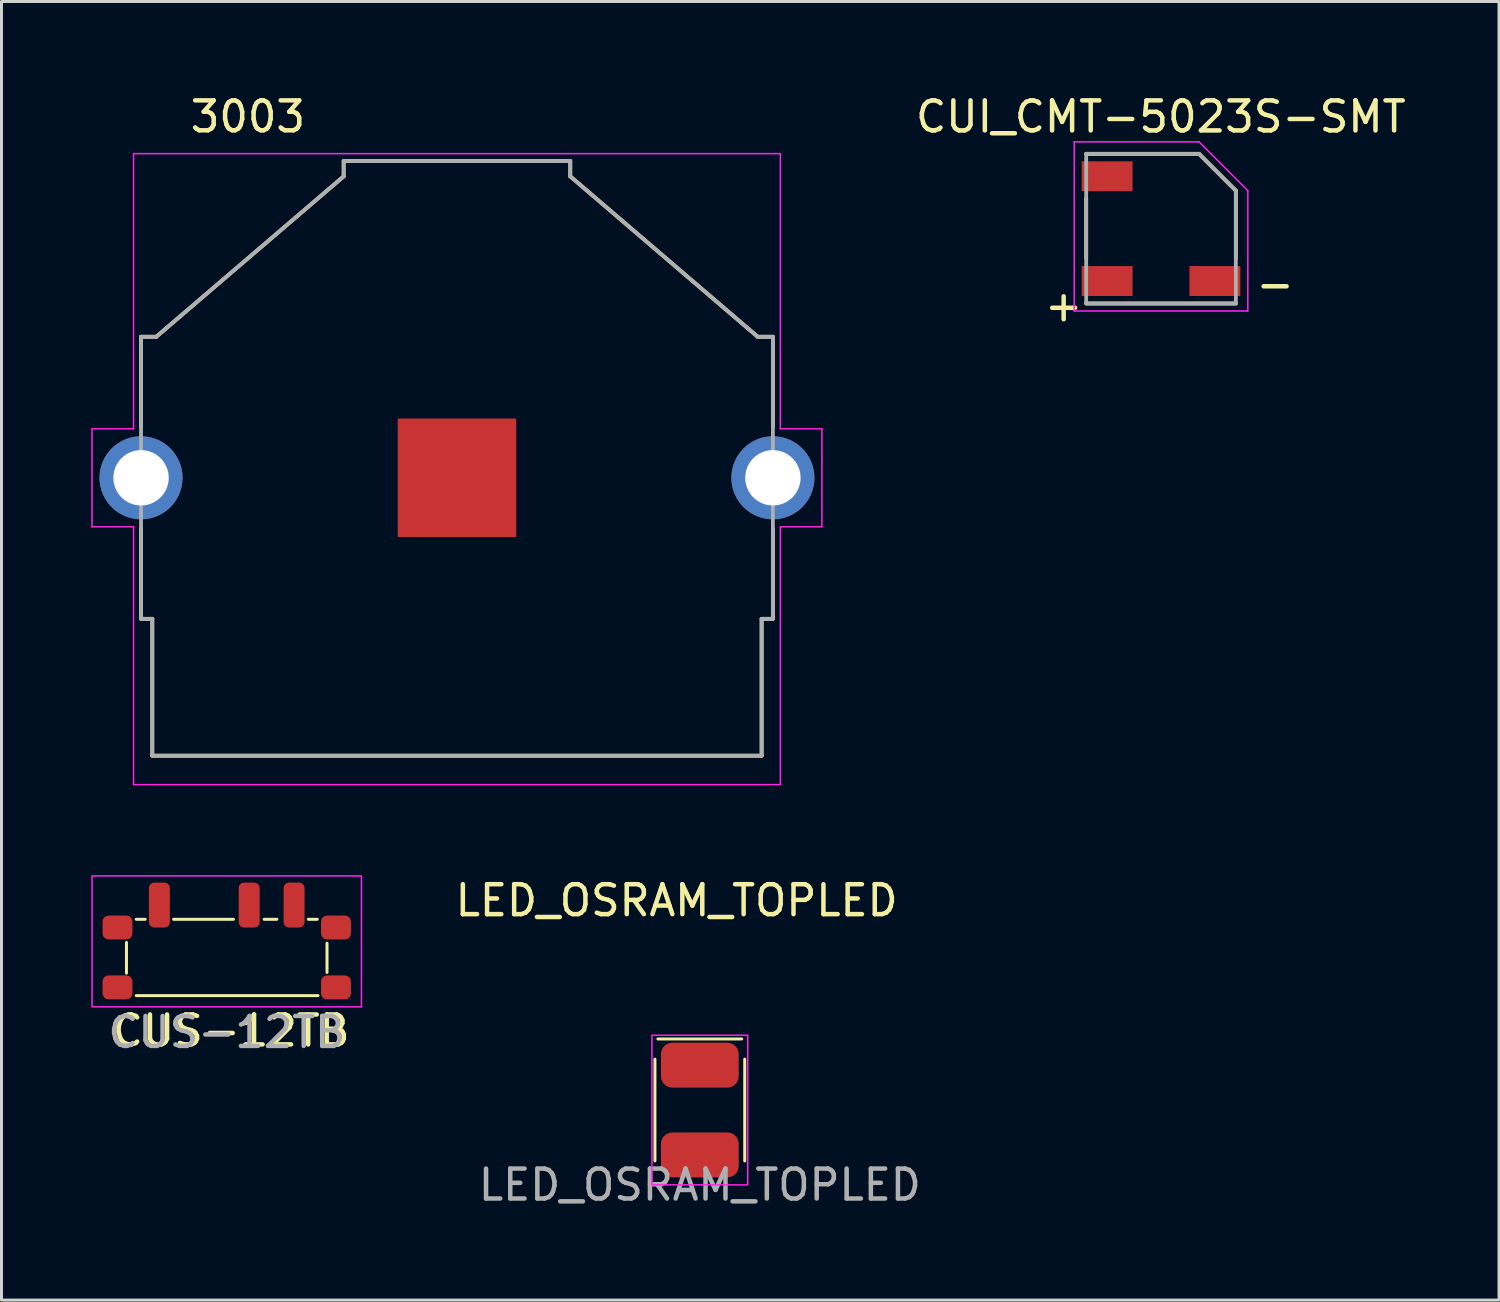
<source format=kicad_pcb>
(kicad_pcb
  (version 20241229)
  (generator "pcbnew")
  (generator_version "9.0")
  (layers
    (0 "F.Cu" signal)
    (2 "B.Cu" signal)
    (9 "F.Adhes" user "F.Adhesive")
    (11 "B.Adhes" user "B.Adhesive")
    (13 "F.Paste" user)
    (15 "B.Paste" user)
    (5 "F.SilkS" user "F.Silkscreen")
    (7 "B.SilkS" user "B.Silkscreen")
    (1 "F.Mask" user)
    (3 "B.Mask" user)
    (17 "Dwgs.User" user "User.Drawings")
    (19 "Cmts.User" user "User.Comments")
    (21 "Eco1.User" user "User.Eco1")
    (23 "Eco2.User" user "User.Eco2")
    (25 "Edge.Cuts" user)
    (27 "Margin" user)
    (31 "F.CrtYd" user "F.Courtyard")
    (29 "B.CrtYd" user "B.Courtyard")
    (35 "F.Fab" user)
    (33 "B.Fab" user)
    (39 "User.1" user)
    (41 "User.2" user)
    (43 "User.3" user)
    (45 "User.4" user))
  (footprint "3003"
    (layer "F.Cu")
    (at 12.217 12.913)
    (property "Reference" "3003" (at -6.985 -12.065 0) (layer "F.SilkS") (effects (font (size 1 1) (thickness 0.15))))
    (attr through_hole)
    (fp_line (start -10.555 -4.712) (end -10.046 -4.712) (stroke (width 0.127) (type solid)) (layer "F.SilkS"))
    (fp_line (start -10.555 -1.701) (end -10.555 -4.712) (stroke (width 0.127) (type solid)) (layer "F.SilkS"))
    (fp_line (start -10.555 4.712) (end -10.555 1.701) (stroke (width 0.127) (type solid)) (layer "F.SilkS"))
    (fp_line (start -10.179 4.712) (end -10.555 4.712) (stroke (width 0.127) (type solid)) (layer "F.SilkS"))
    (fp_line (start -10.179 9.284) (end -10.179 4.712) (stroke (width 0.127) (type solid)) (layer "F.SilkS"))
    (fp_line (start -10.046 -4.712) (end -3.785 -10.071) (stroke (width 0.127) (type solid)) (layer "F.SilkS"))
    (fp_line (start -3.785 -10.58) (end 3.785 -10.58) (stroke (width 0.127) (type solid)) (layer "F.SilkS"))
    (fp_line (start -3.785 -10.071) (end -3.785 -10.58) (stroke (width 0.127) (type solid)) (layer "F.SilkS"))
    (fp_line (start 3.785 -10.58) (end 3.785 -10.071) (stroke (width 0.127) (type solid)) (layer "F.SilkS"))
    (fp_line (start 3.785 -10.071) (end 10.046 -4.712) (stroke (width 0.127) (type solid)) (layer "F.SilkS"))
    (fp_line (start 10.046 -4.712) (end 10.555 -4.712) (stroke (width 0.127) (type solid)) (layer "F.SilkS"))
    (fp_line (start 10.179 4.712) (end 10.179 9.284) (stroke (width 0.127) (type solid)) (layer "F.SilkS"))
    (fp_line (start 10.179 9.284) (end -10.179 9.284) (stroke (width 0.127) (type solid)) (layer "F.SilkS"))
    (fp_line (start 10.555 -4.712) (end 10.555 -1.701) (stroke (width 0.127) (type solid)) (layer "F.SilkS"))
    (fp_line (start 10.555 1.701) (end 10.555 4.712) (stroke (width 0.127) (type solid)) (layer "F.SilkS"))
    (fp_line (start 10.555 4.712) (end 10.179 4.712) (stroke (width 0.127) (type solid)) (layer "F.SilkS"))
    (fp_line (start -12.193 -1.637) (end -12.193 1.637) (stroke (width 0.05) (type solid)) (layer "F.CrtYd"))
    (fp_line (start -12.193 1.637) (end -10.805 1.637) (stroke (width 0.05) (type solid)) (layer "F.CrtYd"))
    (fp_line (start -10.805 -10.83) (end -10.805 -1.637) (stroke (width 0.05) (type solid)) (layer "F.CrtYd"))
    (fp_line (start -10.805 -1.637) (end -12.193 -1.637) (stroke (width 0.05) (type solid)) (layer "F.CrtYd"))
    (fp_line (start -10.805 1.637) (end -10.805 10.25) (stroke (width 0.05) (type solid)) (layer "F.CrtYd"))
    (fp_line (start -10.805 10.25) (end 10.805 10.25) (stroke (width 0.05) (type solid)) (layer "F.CrtYd"))
    (fp_line (start 10.805 -10.83) (end -10.805 -10.83) (stroke (width 0.05) (type solid)) (layer "F.CrtYd"))
    (fp_line (start 10.805 -1.637) (end 10.805 -10.83) (stroke (width 0.05) (type solid)) (layer "F.CrtYd"))
    (fp_line (start 10.805 -1.637) (end 12.193 -1.637) (stroke (width 0.05) (type solid)) (layer "F.CrtYd"))
    (fp_line (start 10.805 10.25) (end 10.805 1.637) (stroke (width 0.05) (type solid)) (layer "F.CrtYd"))
    (fp_line (start 12.193 -1.637) (end 12.193 1.637) (stroke (width 0.05) (type solid)) (layer "F.CrtYd"))
    (fp_line (start 12.193 1.637) (end 10.805 1.637) (stroke (width 0.05) (type solid)) (layer "F.CrtYd"))
    (fp_line (start -10.555 -4.712) (end -10.046 -4.712) (stroke (width 0.127) (type solid)) (layer "F.Fab"))
    (fp_line (start -10.555 4.712) (end -10.555 -4.712) (stroke (width 0.127) (type solid)) (layer "F.Fab"))
    (fp_line (start -10.179 4.712) (end -10.555 4.712) (stroke (width 0.127) (type solid)) (layer "F.Fab"))
    (fp_line (start -10.179 9.284) (end -10.179 4.712) (stroke (width 0.127) (type solid)) (layer "F.Fab"))
    (fp_line (start -10.046 -4.712) (end -3.785 -10.071) (stroke (width 0.127) (type solid)) (layer "F.Fab"))
    (fp_line (start -3.785 -10.58) (end 3.785 -10.58) (stroke (width 0.127) (type solid)) (layer "F.Fab"))
    (fp_line (start -3.785 -10.071) (end -3.785 -10.58) (stroke (width 0.127) (type solid)) (layer "F.Fab"))
    (fp_line (start 3.785 -10.58) (end 3.785 -10.071) (stroke (width 0.127) (type solid)) (layer "F.Fab"))
    (fp_line (start 3.785 -10.071) (end 10.046 -4.712) (stroke (width 0.127) (type solid)) (layer "F.Fab"))
    (fp_line (start 10.046 -4.712) (end 10.555 -4.712) (stroke (width 0.127) (type solid)) (layer "F.Fab"))
    (fp_line (start 10.179 4.712) (end 10.179 9.284) (stroke (width 0.127) (type solid)) (layer "F.Fab"))
    (fp_line (start 10.179 9.284) (end -10.179 9.284) (stroke (width 0.127) (type solid)) (layer "F.Fab"))
    (fp_line (start 10.555 -4.712) (end 10.555 4.712) (stroke (width 0.127) (type solid)) (layer "F.Fab"))
    (fp_line (start 10.555 4.712) (end 10.179 4.712) (stroke (width 0.127) (type solid)) (layer "F.Fab"))
    (pad "1" thru_hole circle (at -10.555 0) (size 2.775 2.775) (drill 1.85) (layers "*.Cu" "*.Mask"))
    (pad "1" thru_hole circle (at 10.555 0) (size 2.775 2.775) (drill 1.85) (layers "*.Cu" "*.Mask"))
    (pad "2" smd rect (at 0 0) (size 3.96 3.96) (layers "F.Cu" "F.Mask")))
  (footprint "LED_OSRAM_TOPLED"
    (layer "F.Cu")
    (at 20.331 34.036)
    (property "Reference" "LED_OSRAM_TOPLED" (at -0.775 -7 0) (unlocked yes) (layer "F.SilkS") (effects (font (size 1 1) (thickness 0.15))))
    (attr smd)
    (fp_line (start -1.5 -1.7) (end -1.5 1.7) (stroke (width 0.1) (type default)) (layer "F.SilkS"))
    (fp_line (start -1.4 -2.375) (end 1.4 -2.375) (stroke (width 0.1) (type default)) (layer "F.SilkS"))
    (fp_line (start 1.5 -1.7) (end 1.5 1.7) (stroke (width 0.1) (type default)) (layer "F.SilkS"))
    (fp_rect (start -1.6 -2.5) (end 1.6 2.5) (stroke (width 0.05) (type default)) (fill no) (layer "F.CrtYd"))
    (fp_text user "${REFERENCE}" (at 0 2.5 0) (unlocked yes) (layer "F.Fab") (effects (font (size 1 1) (thickness 0.15))))
    (pad "1" smd roundrect (at 0 -1.5) (size 2.6 1.5) (layers "F.Cu" "F.Mask" "F.Paste") (roundrect_rratio 0.25))
    (pad "2" smd roundrect (at 0 1.5) (size 2.6 1.5) (layers "F.Cu" "F.Mask" "F.Paste") (roundrect_rratio 0.25)))
  (footprint "CUS-12TB"
    (layer "F.Cu")
    (at 4.525 28.938)
    (property "Reference" "CUS-12TB" (at 0.15 2.45 0) (unlocked yes) (layer "F.SilkS") (effects (font (size 1 1) (thickness 0.15))))
    (attr smd)
    (fp_line (start -3.35 0.525) (end -3.35 -0.5) (stroke (width 0.1) (type default)) (layer "F.SilkS"))
    (fp_line (start -3.025 -1.275) (end -2.725 -1.275) (stroke (width 0.1) (type default)) (layer "F.SilkS"))
    (fp_line (start -1.775 -1.275) (end 0.225 -1.275) (stroke (width 0.1) (type default)) (layer "F.SilkS"))
    (fp_line (start 1.25 -1.275) (end 1.675 -1.275) (stroke (width 0.1) (type default)) (layer "F.SilkS"))
    (fp_line (start 2.725 -1.275) (end 3.025 -1.275) (stroke (width 0.1) (type default)) (layer "F.SilkS"))
    (fp_line (start 3.05 1.275) (end -3.025 1.275) (stroke (width 0.1) (type default)) (layer "F.SilkS"))
    (fp_line (start 3.35 -0.475) (end 3.35 0.5) (stroke (width 0.1) (type default)) (layer "F.SilkS"))
    (fp_rect (start -4.5 -2.725) (end 4.5 1.65) (stroke (width 0.05) (type default)) (fill no) (layer "F.CrtYd"))
    (fp_text user "${REFERENCE}" (at 0 2.5 0) (unlocked yes) (layer "F.Fab") (effects (font (size 1 1) (thickness 0.15))))
    (pad "1" smd roundrect (at -2.25 -1.75 180) (size 0.7 1.5) (layers "F.Cu" "F.Mask" "F.Paste") (roundrect_rratio 0.25))
    (pad "2" smd roundrect (at 0.75 -1.75 180) (size 0.7 1.5) (layers "F.Cu" "F.Mask" "F.Paste") (roundrect_rratio 0.25))
    (pad "3" smd roundrect (at 2.25 -1.75 180) (size 0.7 1.5) (layers "F.Cu" "F.Mask" "F.Paste") (roundrect_rratio 0.25))
    (pad "MP" smd roundrect (at -3.65 -1 90) (size 0.8 1) (layers "F.Cu" "F.Mask" "F.Paste") (roundrect_rratio 0.25))
    (pad "MP" smd roundrect (at -3.65 1 90) (size 0.8 1) (layers "F.Cu" "F.Mask" "F.Paste") (roundrect_rratio 0.25))
    (pad "MP" smd roundrect (at 3.65 -1 90) (size 0.8 1) (layers "F.Cu" "F.Mask" "F.Paste") (roundrect_rratio 0.25))
    (pad "MP" smd roundrect (at 3.65 1 90) (size 0.8 1) (layers "F.Cu" "F.Mask" "F.Paste") (roundrect_rratio 0.25)))
  (footprint "CUI_CMT-5023S-SMT"
    (layer "F.Cu")
    (at 35.739 4.589)
    (property "Reference" "CUI_CMT-5023S-SMT" (at -0.006 -3.739 0) (layer "F.SilkS") (effects (font (size 1.004 1.004) (thickness 0.15))))
    (attr smd)
    (fp_line (start -2.5 -2.5) (end 1.27 -2.5) (stroke (width 0.127) (type solid)) (layer "F.SilkS"))
    (fp_line (start -2.5 -1) (end -2.5 1) (stroke (width 0.127) (type solid)) (layer "F.SilkS"))
    (fp_line (start 1.27 -2.5) (end 2.5 -1.27) (stroke (width 0.127) (type solid)) (layer "F.SilkS"))
    (fp_line (start 2.5 -1.27) (end 2.5 1) (stroke (width 0.127) (type solid)) (layer "F.SilkS"))
    (fp_line (start 2.5 2.5) (end -2.5 2.5) (stroke (width 0.127) (type solid)) (layer "F.SilkS"))
    (fp_line (start -2.9 -2.9) (end -2.9 2.75) (stroke (width 0.05) (type solid)) (layer "F.CrtYd"))
    (fp_line (start 1.27 -2.9) (end -2.9 -2.9) (stroke (width 0.05) (type solid)) (layer "F.CrtYd"))
    (fp_line (start 1.27 -2.9) (end 2.9 -1.27) (stroke (width 0.05) (type solid)) (layer "F.CrtYd"))
    (fp_line (start 2.9 -1.27) (end 2.9 2.75) (stroke (width 0.05) (type solid)) (layer "F.CrtYd"))
    (fp_line (start 2.9 2.75) (end -2.9 2.75) (stroke (width 0.05) (type solid)) (layer "F.CrtYd"))
    (fp_line (start -2.5 -2.5) (end 1.27 -2.5) (stroke (width 0.127) (type solid)) (layer "F.Fab"))
    (fp_line (start -2.5 2.5) (end -2.5 -2.5) (stroke (width 0.127) (type solid)) (layer "F.Fab"))
    (fp_line (start 1.27 -2.5) (end 2.5 -1.27) (stroke (width 0.127) (type solid)) (layer "F.Fab"))
    (fp_line (start 2.5 -1.27) (end 2.5 2.5) (stroke (width 0.127) (type solid)) (layer "F.Fab"))
    (fp_line (start 2.5 2.5) (end -2.5 2.5) (stroke (width 0.127) (type solid)) (layer "F.Fab"))
    (fp_text user "-" (at 3.812 1.851 0) (layer "F.SilkS") (effects (font (size 1.006 1.006) (thickness 0.15))))
    (fp_text user "+" (at -3.253 2.57 0) (layer "F.SilkS") (effects (font (size 1.004 1.004) (thickness 0.15))))
    (pad "1" smd rect (at -1.8 1.75) (size 1.7 1) (layers "F.Cu" "F.Mask" "F.Paste"))
    (pad "2" smd rect (at 1.8 1.75) (size 1.7 1) (layers "F.Cu" "F.Mask" "F.Paste"))
    (pad "NC" smd rect (at -1.8 -1.75) (size 1.7 1) (layers "F.Cu" "F.Mask" "F.Paste")))
  (gr_rect
    (start -3 -3)
    (end 47.031 40.385)
    (stroke (width 0.1) (type default))
    (fill no)
    (layer "Edge.Cuts")))
</source>
